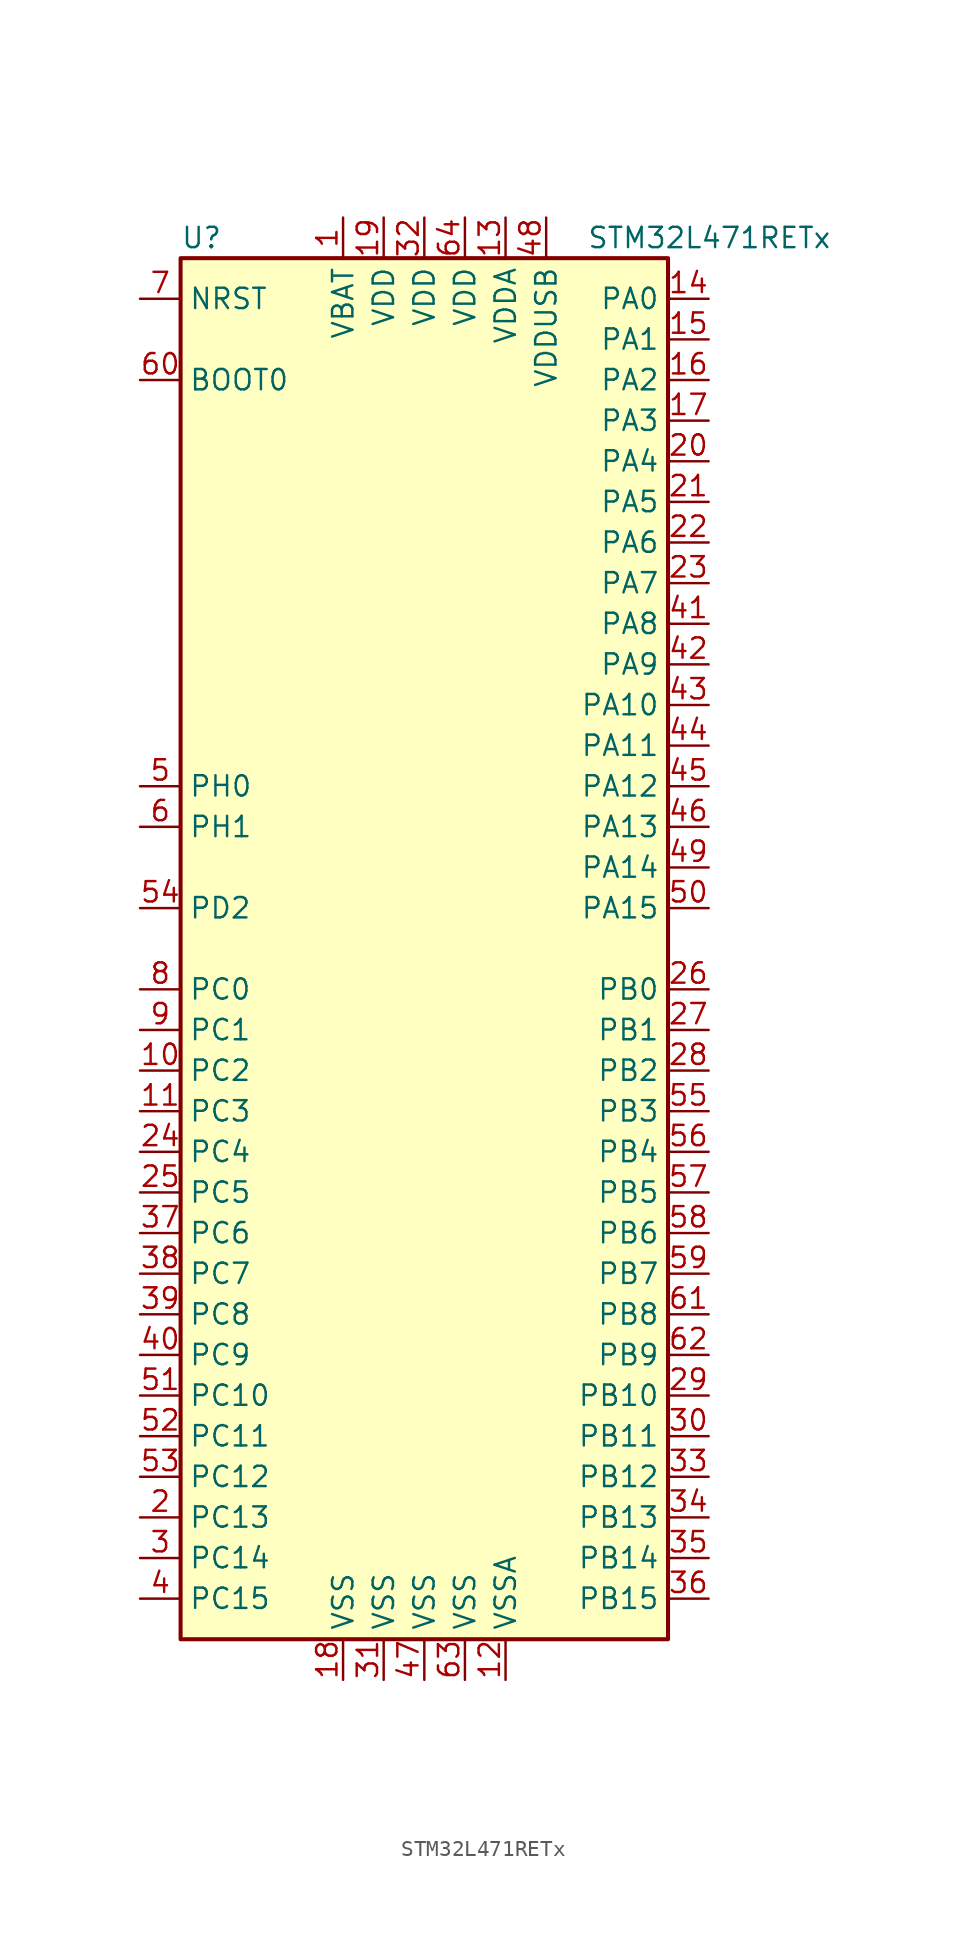
<source format=kicad_sym>
(kicad_symbol_lib
  (version 20211014)
  (generator kicad_symbol_editor)
  (symbol "STM32L471RETx"
    (property "Reference" "U"
      (at -15.24 44.45 0)
      (effects (font (size 1.27 1.27)) (justify left)))
    (property "Value" "STM32L471RETx"
      (at 10.16 44.45 0)
      (effects (font (size 1.27 1.27)) (justify left)))
    (symbol "STM32L471RETx_0_1"
      (rectangle (start -15.24 -43.18) (end 15.24 43.18) (stroke (width 0.254) (type default) (color 0 0 0 0)) (fill (type background))))
    (symbol "STM32L471RETx_1_1"
      (pin power_in line (at -5.08 45.72 270) (length 2.54) (name "VBAT" (effects (font (size 1.27 1.27)))) (number "1" (effects (font (size 1.27 1.27)))))
      (pin bidirectional line (at -17.78 -7.62 0) (length 2.54) (name "PC2" (effects (font (size 1.27 1.27)))) (number "10" (effects (font (size 1.27 1.27)))))
      (pin bidirectional line (at -17.78 -10.16 0) (length 2.54) (name "PC3" (effects (font (size 1.27 1.27)))) (number "11" (effects (font (size 1.27 1.27)))))
      (pin power_in line (at 5.08 -45.72 90) (length 2.54) (name "VSSA" (effects (font (size 1.27 1.27)))) (number "12" (effects (font (size 1.27 1.27)))))
      (pin power_in line (at 5.08 45.72 270) (length 2.54) (name "VDDA" (effects (font (size 1.27 1.27)))) (number "13" (effects (font (size 1.27 1.27)))))
      (pin bidirectional line (at 17.78 40.64 180) (length 2.54) (name "PA0" (effects (font (size 1.27 1.27)))) (number "14" (effects (font (size 1.27 1.27)))))
      (pin bidirectional line (at 17.78 38.1 180) (length 2.54) (name "PA1" (effects (font (size 1.27 1.27)))) (number "15" (effects (font (size 1.27 1.27)))))
      (pin bidirectional line (at 17.78 35.56 180) (length 2.54) (name "PA2" (effects (font (size 1.27 1.27)))) (number "16" (effects (font (size 1.27 1.27)))))
      (pin bidirectional line (at 17.78 33.02 180) (length 2.54) (name "PA3" (effects (font (size 1.27 1.27)))) (number "17" (effects (font (size 1.27 1.27)))))
      (pin power_in line (at -5.08 -45.72 90) (length 2.54) (name "VSS" (effects (font (size 1.27 1.27)))) (number "18" (effects (font (size 1.27 1.27)))))
      (pin power_in line (at -2.54 45.72 270) (length 2.54) (name "VDD" (effects (font (size 1.27 1.27)))) (number "19" (effects (font (size 1.27 1.27)))))
      (pin bidirectional line (at -17.78 -35.56 0) (length 2.54) (name "PC13" (effects (font (size 1.27 1.27)))) (number "2" (effects (font (size 1.27 1.27)))))
      (pin bidirectional line (at 17.78 30.48 180) (length 2.54) (name "PA4" (effects (font (size 1.27 1.27)))) (number "20" (effects (font (size 1.27 1.27)))))
      (pin bidirectional line (at 17.78 27.94 180) (length 2.54) (name "PA5" (effects (font (size 1.27 1.27)))) (number "21" (effects (font (size 1.27 1.27)))))
      (pin bidirectional line (at 17.78 25.4 180) (length 2.54) (name "PA6" (effects (font (size 1.27 1.27)))) (number "22" (effects (font (size 1.27 1.27)))))
      (pin bidirectional line (at 17.78 22.86 180) (length 2.54) (name "PA7" (effects (font (size 1.27 1.27)))) (number "23" (effects (font (size 1.27 1.27)))))
      (pin bidirectional line (at -17.78 -12.7 0) (length 2.54) (name "PC4" (effects (font (size 1.27 1.27)))) (number "24" (effects (font (size 1.27 1.27)))))
      (pin bidirectional line (at -17.78 -15.24 0) (length 2.54) (name "PC5" (effects (font (size 1.27 1.27)))) (number "25" (effects (font (size 1.27 1.27)))))
      (pin bidirectional line (at 17.78 -2.54 180) (length 2.54) (name "PB0" (effects (font (size 1.27 1.27)))) (number "26" (effects (font (size 1.27 1.27)))))
      (pin bidirectional line (at 17.78 -5.08 180) (length 2.54) (name "PB1" (effects (font (size 1.27 1.27)))) (number "27" (effects (font (size 1.27 1.27)))))
      (pin bidirectional line (at 17.78 -7.62 180) (length 2.54) (name "PB2" (effects (font (size 1.27 1.27)))) (number "28" (effects (font (size 1.27 1.27)))))
      (pin bidirectional line (at 17.78 -27.94 180) (length 2.54) (name "PB10" (effects (font (size 1.27 1.27)))) (number "29" (effects (font (size 1.27 1.27)))))
      (pin bidirectional line (at -17.78 -38.1 0) (length 2.54) (name "PC14" (effects (font (size 1.27 1.27)))) (number "3" (effects (font (size 1.27 1.27)))))
      (pin bidirectional line (at 17.78 -30.48 180) (length 2.54) (name "PB11" (effects (font (size 1.27 1.27)))) (number "30" (effects (font (size 1.27 1.27)))))
      (pin power_in line (at -2.54 -45.72 90) (length 2.54) (name "VSS" (effects (font (size 1.27 1.27)))) (number "31" (effects (font (size 1.27 1.27)))))
      (pin power_in line (at 0 45.72 270) (length 2.54) (name "VDD" (effects (font (size 1.27 1.27)))) (number "32" (effects (font (size 1.27 1.27)))))
      (pin bidirectional line (at 17.78 -33.02 180) (length 2.54) (name "PB12" (effects (font (size 1.27 1.27)))) (number "33" (effects (font (size 1.27 1.27)))))
      (pin bidirectional line (at 17.78 -35.56 180) (length 2.54) (name "PB13" (effects (font (size 1.27 1.27)))) (number "34" (effects (font (size 1.27 1.27)))))
      (pin bidirectional line (at 17.78 -38.1 180) (length 2.54) (name "PB14" (effects (font (size 1.27 1.27)))) (number "35" (effects (font (size 1.27 1.27)))))
      (pin bidirectional line (at 17.78 -40.64 180) (length 2.54) (name "PB15" (effects (font (size 1.27 1.27)))) (number "36" (effects (font (size 1.27 1.27)))))
      (pin bidirectional line (at -17.78 -17.78 0) (length 2.54) (name "PC6" (effects (font (size 1.27 1.27)))) (number "37" (effects (font (size 1.27 1.27)))))
      (pin bidirectional line (at -17.78 -20.32 0) (length 2.54) (name "PC7" (effects (font (size 1.27 1.27)))) (number "38" (effects (font (size 1.27 1.27)))))
      (pin bidirectional line (at -17.78 -22.86 0) (length 2.54) (name "PC8" (effects (font (size 1.27 1.27)))) (number "39" (effects (font (size 1.27 1.27)))))
      (pin bidirectional line (at -17.78 -40.64 0) (length 2.54) (name "PC15" (effects (font (size 1.27 1.27)))) (number "4" (effects (font (size 1.27 1.27)))))
      (pin bidirectional line (at -17.78 -25.4 0) (length 2.54) (name "PC9" (effects (font (size 1.27 1.27)))) (number "40" (effects (font (size 1.27 1.27)))))
      (pin bidirectional line (at 17.78 20.32 180) (length 2.54) (name "PA8" (effects (font (size 1.27 1.27)))) (number "41" (effects (font (size 1.27 1.27)))))
      (pin bidirectional line (at 17.78 17.78 180) (length 2.54) (name "PA9" (effects (font (size 1.27 1.27)))) (number "42" (effects (font (size 1.27 1.27)))))
      (pin bidirectional line (at 17.78 15.24 180) (length 2.54) (name "PA10" (effects (font (size 1.27 1.27)))) (number "43" (effects (font (size 1.27 1.27)))))
      (pin bidirectional line (at 17.78 12.7 180) (length 2.54) (name "PA11" (effects (font (size 1.27 1.27)))) (number "44" (effects (font (size 1.27 1.27)))))
      (pin bidirectional line (at 17.78 10.16 180) (length 2.54) (name "PA12" (effects (font (size 1.27 1.27)))) (number "45" (effects (font (size 1.27 1.27)))))
      (pin bidirectional line (at 17.78 7.62 180) (length 2.54) (name "PA13" (effects (font (size 1.27 1.27)))) (number "46" (effects (font (size 1.27 1.27)))))
      (pin power_in line (at 0 -45.72 90) (length 2.54) (name "VSS" (effects (font (size 1.27 1.27)))) (number "47" (effects (font (size 1.27 1.27)))))
      (pin power_in line (at 7.62 45.72 270) (length 2.54) (name "VDDUSB" (effects (font (size 1.27 1.27)))) (number "48" (effects (font (size 1.27 1.27)))))
      (pin bidirectional line (at 17.78 5.08 180) (length 2.54) (name "PA14" (effects (font (size 1.27 1.27)))) (number "49" (effects (font (size 1.27 1.27)))))
      (pin input line (at -17.78 10.16 0) (length 2.54) (name "PH0" (effects (font (size 1.27 1.27)))) (number "5" (effects (font (size 1.27 1.27)))))
      (pin bidirectional line (at 17.78 2.54 180) (length 2.54) (name "PA15" (effects (font (size 1.27 1.27)))) (number "50" (effects (font (size 1.27 1.27)))))
      (pin bidirectional line (at -17.78 -27.94 0) (length 2.54) (name "PC10" (effects (font (size 1.27 1.27)))) (number "51" (effects (font (size 1.27 1.27)))))
      (pin bidirectional line (at -17.78 -30.48 0) (length 2.54) (name "PC11" (effects (font (size 1.27 1.27)))) (number "52" (effects (font (size 1.27 1.27)))))
      (pin bidirectional line (at -17.78 -33.02 0) (length 2.54) (name "PC12" (effects (font (size 1.27 1.27)))) (number "53" (effects (font (size 1.27 1.27)))))
      (pin bidirectional line (at -17.78 2.54 0) (length 2.54) (name "PD2" (effects (font (size 1.27 1.27)))) (number "54" (effects (font (size 1.27 1.27)))))
      (pin bidirectional line (at 17.78 -10.16 180) (length 2.54) (name "PB3" (effects (font (size 1.27 1.27)))) (number "55" (effects (font (size 1.27 1.27)))))
      (pin bidirectional line (at 17.78 -12.7 180) (length 2.54) (name "PB4" (effects (font (size 1.27 1.27)))) (number "56" (effects (font (size 1.27 1.27)))))
      (pin bidirectional line (at 17.78 -15.24 180) (length 2.54) (name "PB5" (effects (font (size 1.27 1.27)))) (number "57" (effects (font (size 1.27 1.27)))))
      (pin bidirectional line (at 17.78 -17.78 180) (length 2.54) (name "PB6" (effects (font (size 1.27 1.27)))) (number "58" (effects (font (size 1.27 1.27)))))
      (pin bidirectional line (at 17.78 -20.32 180) (length 2.54) (name "PB7" (effects (font (size 1.27 1.27)))) (number "59" (effects (font (size 1.27 1.27)))))
      (pin input line (at -17.78 7.62 0) (length 2.54) (name "PH1" (effects (font (size 1.27 1.27)))) (number "6" (effects (font (size 1.27 1.27)))))
      (pin input line (at -17.78 35.56 0) (length 2.54) (name "BOOT0" (effects (font (size 1.27 1.27)))) (number "60" (effects (font (size 1.27 1.27)))))
      (pin bidirectional line (at 17.78 -22.86 180) (length 2.54) (name "PB8" (effects (font (size 1.27 1.27)))) (number "61" (effects (font (size 1.27 1.27)))))
      (pin bidirectional line (at 17.78 -25.4 180) (length 2.54) (name "PB9" (effects (font (size 1.27 1.27)))) (number "62" (effects (font (size 1.27 1.27)))))
      (pin power_in line (at 2.54 -45.72 90) (length 2.54) (name "VSS" (effects (font (size 1.27 1.27)))) (number "63" (effects (font (size 1.27 1.27)))))
      (pin power_in line (at 2.54 45.72 270) (length 2.54) (name "VDD" (effects (font (size 1.27 1.27)))) (number "64" (effects (font (size 1.27 1.27)))))
      (pin input line (at -17.78 40.64 0) (length 2.54) (name "NRST" (effects (font (size 1.27 1.27)))) (number "7" (effects (font (size 1.27 1.27)))))
      (pin bidirectional line (at -17.78 -2.54 0) (length 2.54) (name "PC0" (effects (font (size 1.27 1.27)))) (number "8" (effects (font (size 1.27 1.27)))))
      (pin bidirectional line (at -17.78 -5.08 0) (length 2.54) (name "PC1" (effects (font (size 1.27 1.27)))) (number "9" (effects (font (size 1.27 1.27))))))))
</source>
